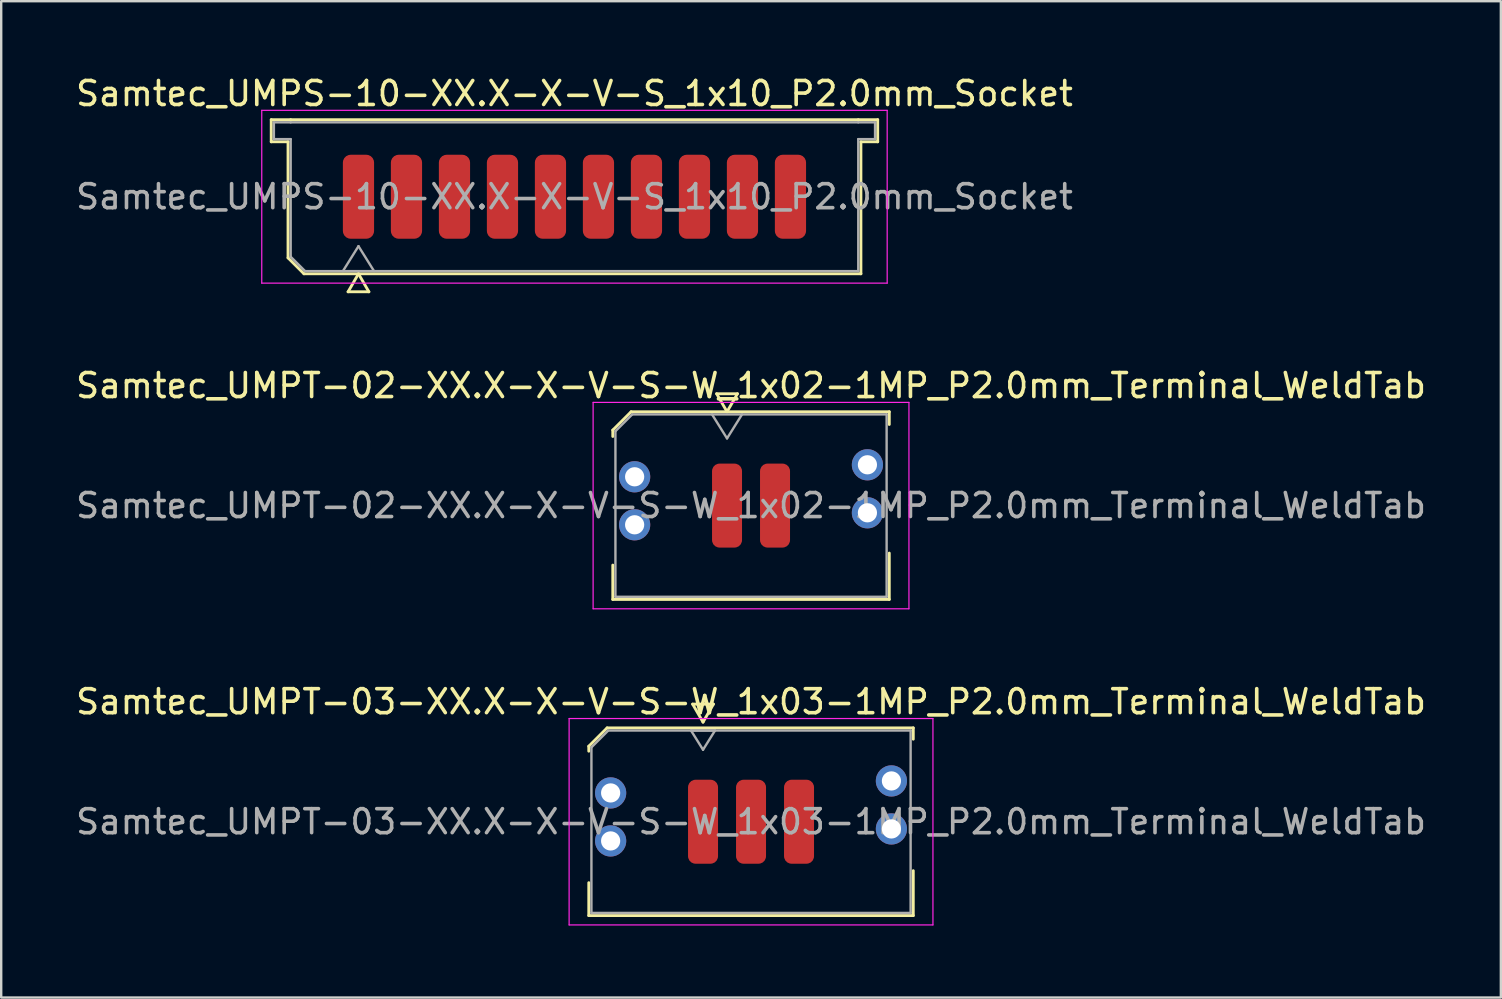
<source format=kicad_pcb>
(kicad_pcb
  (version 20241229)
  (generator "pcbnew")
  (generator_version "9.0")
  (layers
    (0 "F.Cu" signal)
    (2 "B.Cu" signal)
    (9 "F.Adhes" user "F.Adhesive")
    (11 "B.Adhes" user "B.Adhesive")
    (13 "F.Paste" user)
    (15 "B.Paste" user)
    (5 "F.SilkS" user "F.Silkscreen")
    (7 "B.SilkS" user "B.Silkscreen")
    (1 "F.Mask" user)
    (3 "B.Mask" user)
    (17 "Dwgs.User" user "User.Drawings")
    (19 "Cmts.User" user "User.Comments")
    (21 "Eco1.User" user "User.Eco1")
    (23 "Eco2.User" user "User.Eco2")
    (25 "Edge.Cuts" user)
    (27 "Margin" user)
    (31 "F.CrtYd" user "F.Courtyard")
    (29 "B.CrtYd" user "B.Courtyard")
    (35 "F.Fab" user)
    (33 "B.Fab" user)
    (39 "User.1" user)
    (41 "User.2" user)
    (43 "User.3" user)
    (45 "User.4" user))
  (footprint "Samtec_UMPS-10-XX.X-X-V-S_1x10_P2.0mm_Socket"
    (layer "F.Cu")
    (at 20.887 5.148)
    (property "Reference" "Samtec_UMPS-10-XX.X-X-V-S_1x10_P2.0mm_Socket" (at 0 -4.3 0) (layer "F.SilkS") (effects (font (size 1 1) (thickness 0.15))))
    (attr smd)
    (fp_line (start -12.635 -3.21) (end -11.825 -3.21) (stroke (width 0.12) (type solid)) (layer "F.SilkS"))
    (fp_line (start -12.635 -2.29) (end -12.635 -3.21) (stroke (width 0.12) (type solid)) (layer "F.SilkS"))
    (fp_line (start -11.935 -2.29) (end -12.635 -2.29) (stroke (width 0.12) (type solid)) (layer "F.SilkS"))
    (fp_line (start -11.935 2.546) (end -11.935 -2.29) (stroke (width 0.12) (type solid)) (layer "F.SilkS"))
    (fp_line (start -11.825 -3.21) (end 11.825 -3.21) (stroke (width 0.12) (type solid)) (layer "F.SilkS"))
    (fp_line (start -11.271 3.21) (end -11.935 2.546) (stroke (width 0.12) (type solid)) (layer "F.SilkS"))
    (fp_line (start -9.433 3.96) (end -9 3.21) (stroke (width 0.12) (type solid)) (layer "F.SilkS"))
    (fp_line (start -9 3.21) (end -8.567 3.96) (stroke (width 0.12) (type solid)) (layer "F.SilkS"))
    (fp_line (start -8.567 3.96) (end -9.433 3.96) (stroke (width 0.12) (type solid)) (layer "F.SilkS"))
    (fp_line (start 11.825 -3.21) (end 12.635 -3.21) (stroke (width 0.12) (type solid)) (layer "F.SilkS"))
    (fp_line (start 11.935 -2.29) (end 11.935 3.21) (stroke (width 0.12) (type solid)) (layer "F.SilkS"))
    (fp_line (start 11.935 3.21) (end -11.271 3.21) (stroke (width 0.12) (type solid)) (layer "F.SilkS"))
    (fp_line (start 12.635 -3.21) (end 12.635 -2.29) (stroke (width 0.12) (type solid)) (layer "F.SilkS"))
    (fp_line (start 12.635 -2.29) (end 11.935 -2.29) (stroke (width 0.12) (type solid)) (layer "F.SilkS"))
    (fp_line (start -13.03 -3.6) (end -13.03 3.6) (stroke (width 0.05) (type solid)) (layer "F.CrtYd"))
    (fp_line (start -13.03 3.6) (end 13.03 3.6) (stroke (width 0.05) (type solid)) (layer "F.CrtYd"))
    (fp_line (start 13.03 -3.6) (end -13.03 -3.6) (stroke (width 0.05) (type solid)) (layer "F.CrtYd"))
    (fp_line (start 13.03 3.6) (end 13.03 -3.6) (stroke (width 0.05) (type solid)) (layer "F.CrtYd"))
    (fp_line (start -12.525 -3.1) (end -11.825 -3.1) (stroke (width 0.1) (type solid)) (layer "F.Fab"))
    (fp_line (start -12.525 -2.4) (end -12.525 -3.1) (stroke (width 0.1) (type solid)) (layer "F.Fab"))
    (fp_line (start -11.825 -3.1) (end 11.825 -3.1) (stroke (width 0.1) (type solid)) (layer "F.Fab"))
    (fp_line (start -11.825 -2.4) (end -12.525 -2.4) (stroke (width 0.1) (type solid)) (layer "F.Fab"))
    (fp_line (start -11.825 2.5) (end -11.825 -2.4) (stroke (width 0.1) (type solid)) (layer "F.Fab"))
    (fp_line (start -11.225 3.1) (end -11.825 2.5) (stroke (width 0.1) (type solid)) (layer "F.Fab"))
    (fp_line (start -9 2.06) (end -9.65 3.1) (stroke (width 0.1) (type solid)) (layer "F.Fab"))
    (fp_line (start -9 2.06) (end -8.35 3.1) (stroke (width 0.1) (type solid)) (layer "F.Fab"))
    (fp_line (start 11.825 -3.1) (end 12.525 -3.1) (stroke (width 0.1) (type solid)) (layer "F.Fab"))
    (fp_line (start 11.825 -2.4) (end 11.825 3.1) (stroke (width 0.1) (type solid)) (layer "F.Fab"))
    (fp_line (start 11.825 3.1) (end -11.225 3.1) (stroke (width 0.1) (type solid)) (layer "F.Fab"))
    (fp_line (start 12.525 -3.1) (end 12.525 -2.4) (stroke (width 0.1) (type solid)) (layer "F.Fab"))
    (fp_line (start 12.525 -2.4) (end 11.825 -2.4) (stroke (width 0.1) (type solid)) (layer "F.Fab"))
    (fp_text user "${REFERENCE}" (at 0 0 0) (layer "F.Fab") (effects (font (size 1 1) (thickness 0.15))))
    (pad "1" smd roundrect (at -9 0) (size 1.3 3.5) (layers "F.Cu" "F.Mask" "F.Paste") (roundrect_rratio 0.25))
    (pad "2" smd roundrect (at -7 0) (size 1.3 3.5) (layers "F.Cu" "F.Mask" "F.Paste") (roundrect_rratio 0.25))
    (pad "3" smd roundrect (at -5 0) (size 1.3 3.5) (layers "F.Cu" "F.Mask" "F.Paste") (roundrect_rratio 0.25))
    (pad "4" smd roundrect (at -3 0) (size 1.3 3.5) (layers "F.Cu" "F.Mask" "F.Paste") (roundrect_rratio 0.25))
    (pad "5" smd roundrect (at -1 0) (size 1.3 3.5) (layers "F.Cu" "F.Mask" "F.Paste") (roundrect_rratio 0.25))
    (pad "6" smd roundrect (at 1 0) (size 1.3 3.5) (layers "F.Cu" "F.Mask" "F.Paste") (roundrect_rratio 0.25))
    (pad "7" smd roundrect (at 3 0) (size 1.3 3.5) (layers "F.Cu" "F.Mask" "F.Paste") (roundrect_rratio 0.25))
    (pad "8" smd roundrect (at 5 0) (size 1.3 3.5) (layers "F.Cu" "F.Mask" "F.Paste") (roundrect_rratio 0.25))
    (pad "9" smd roundrect (at 7 0) (size 1.3 3.5) (layers "F.Cu" "F.Mask" "F.Paste") (roundrect_rratio 0.25))
    (pad "10" smd roundrect (at 9 0) (size 1.3 3.5) (layers "F.Cu" "F.Mask" "F.Paste") (roundrect_rratio 0.25)))
  (footprint "Samtec_UMPT-02-XX.X-X-V-S-W_1x02-1MP_P2.0mm_Terminal_WeldTab"
    (layer "F.Cu")
    (at 28.244 18.017)
    (property "Reference" "Samtec_UMPT-02-XX.X-X-V-S-W_1x02-1MP_P2.0mm_Terminal_WeldTab" (at 0 -5 0) (layer "F.SilkS") (effects (font (size 1 1) (thickness 0.15))))
    (attr smd)
    (fp_line (start -5.76 -3.146) (end -4.996 -3.91) (stroke (width 0.12) (type solid)) (layer "F.SilkS"))
    (fp_line (start -5.76 -2.88) (end -5.76 -3.146) (stroke (width 0.12) (type solid)) (layer "F.SilkS"))
    (fp_line (start -5.76 3.91) (end -5.76 2.48) (stroke (width 0.12) (type solid)) (layer "F.SilkS"))
    (fp_line (start -4.996 -3.91) (end 5.76 -3.91) (stroke (width 0.12) (type solid)) (layer "F.SilkS"))
    (fp_line (start -1.433 -4.66) (end -1 -3.91) (stroke (width 0.12) (type solid)) (layer "F.SilkS"))
    (fp_line (start -1 -3.91) (end -0.567 -4.66) (stroke (width 0.12) (type solid)) (layer "F.SilkS"))
    (fp_line (start -0.567 -4.66) (end -1.433 -4.66) (stroke (width 0.12) (type solid)) (layer "F.SilkS"))
    (fp_line (start 5.76 -3.91) (end 5.76 -3.38) (stroke (width 0.12) (type solid)) (layer "F.SilkS"))
    (fp_line (start 5.76 1.98) (end 5.76 3.91) (stroke (width 0.12) (type solid)) (layer "F.SilkS"))
    (fp_line (start 5.76 3.91) (end -5.76 3.91) (stroke (width 0.12) (type solid)) (layer "F.SilkS"))
    (fp_line (start -6.58 -4.3) (end -6.58 4.3) (stroke (width 0.05) (type solid)) (layer "F.CrtYd"))
    (fp_line (start -6.58 4.3) (end 6.58 4.3) (stroke (width 0.05) (type solid)) (layer "F.CrtYd"))
    (fp_line (start 6.58 -4.3) (end -6.58 -4.3) (stroke (width 0.05) (type solid)) (layer "F.CrtYd"))
    (fp_line (start 6.58 4.3) (end 6.58 -4.3) (stroke (width 0.05) (type solid)) (layer "F.CrtYd"))
    (fp_line (start -5.65 -3.1) (end -4.95 -3.8) (stroke (width 0.1) (type solid)) (layer "F.Fab"))
    (fp_line (start -5.65 3.8) (end -5.65 -3.1) (stroke (width 0.1) (type solid)) (layer "F.Fab"))
    (fp_line (start -4.95 -3.8) (end 5.65 -3.8) (stroke (width 0.1) (type solid)) (layer "F.Fab"))
    (fp_line (start -1 -2.8) (end -1.625 -3.8) (stroke (width 0.1) (type solid)) (layer "F.Fab"))
    (fp_line (start -1 -2.8) (end -0.375 -3.8) (stroke (width 0.1) (type solid)) (layer "F.Fab"))
    (fp_line (start 5.65 -3.8) (end 5.65 3.8) (stroke (width 0.1) (type solid)) (layer "F.Fab"))
    (fp_line (start 5.65 3.8) (end -5.65 3.8) (stroke (width 0.1) (type solid)) (layer "F.Fab"))
    (fp_text user "${REFERENCE}" (at 0 0 0) (layer "F.Fab") (effects (font (size 1 1) (thickness 0.15))))
    (pad "" smd rect (at -4.85 -1.54) (size 2.45 2.28) (layers "F.Paste"))
    (pad "" smd rect (at -4.85 1.14) (size 2.45 2.28) (layers "F.Paste"))
    (pad "" smd rect (at 4.85 -2.04) (size 2.45 2.28) (layers "F.Paste"))
    (pad "" smd rect (at 4.85 0.64) (size 2.45 2.28) (layers "F.Paste"))
    (pad "1" smd roundrect (at -1 0) (size 1.25 3.5) (layers "F.Cu" "F.Mask" "F.Paste") (roundrect_rratio 0.25))
    (pad "2" smd roundrect (at 1 0) (size 1.25 3.5) (layers "F.Cu" "F.Mask" "F.Paste") (roundrect_rratio 0.25))
    (pad "MP" thru_hole circle (at -4.85 -1.2) (size 1.3 1.3) (drill 0.8) (layers "*.Cu" "*.Mask"))
    (pad "MP" thru_hole circle (at -4.85 0.8) (size 1.3 1.3) (drill 0.8) (layers "*.Cu" "*.Mask"))
    (pad "MP" thru_hole circle (at 4.85 -1.7) (size 1.3 1.3) (drill 0.8) (layers "*.Cu" "*.Mask"))
    (pad "MP" thru_hole circle (at 4.85 0.3) (size 1.3 1.3) (drill 0.8) (layers "*.Cu" "*.Mask")))
  (footprint "Samtec_UMPT-03-XX.X-X-V-S-W_1x03-1MP_P2.0mm_Terminal_WeldTab"
    (layer "F.Cu")
    (at 28.244 31.19)
    (property "Reference" "Samtec_UMPT-03-XX.X-X-V-S-W_1x03-1MP_P2.0mm_Terminal_WeldTab" (at 0 -5 0) (layer "F.SilkS") (effects (font (size 1 1) (thickness 0.15))))
    (attr smd)
    (fp_line (start -6.76 -3.146) (end -5.996 -3.91) (stroke (width 0.12) (type solid)) (layer "F.SilkS"))
    (fp_line (start -6.76 -2.94) (end -6.76 -3.146) (stroke (width 0.12) (type solid)) (layer "F.SilkS"))
    (fp_line (start -6.76 3.91) (end -6.76 2.54) (stroke (width 0.12) (type solid)) (layer "F.SilkS"))
    (fp_line (start -5.996 -3.91) (end 6.76 -3.91) (stroke (width 0.12) (type solid)) (layer "F.SilkS"))
    (fp_line (start -2.433 -4.9) (end -2 -4.15) (stroke (width 0.12) (type solid)) (layer "F.SilkS"))
    (fp_line (start -2 -4.15) (end -1.567 -4.9) (stroke (width 0.12) (type solid)) (layer "F.SilkS"))
    (fp_line (start -1.567 -4.9) (end -2.433 -4.9) (stroke (width 0.12) (type solid)) (layer "F.SilkS"))
    (fp_line (start 6.76 -3.91) (end 6.76 -3.44) (stroke (width 0.12) (type solid)) (layer "F.SilkS"))
    (fp_line (start 6.76 2.04) (end 6.76 3.91) (stroke (width 0.12) (type solid)) (layer "F.SilkS"))
    (fp_line (start 6.76 3.91) (end -6.76 3.91) (stroke (width 0.12) (type solid)) (layer "F.SilkS"))
    (fp_line (start -7.58 -4.3) (end -7.58 4.3) (stroke (width 0.05) (type solid)) (layer "F.CrtYd"))
    (fp_line (start -7.58 4.3) (end 7.58 4.3) (stroke (width 0.05) (type solid)) (layer "F.CrtYd"))
    (fp_line (start 7.58 -4.3) (end -7.58 -4.3) (stroke (width 0.05) (type solid)) (layer "F.CrtYd"))
    (fp_line (start 7.58 4.3) (end 7.58 -4.3) (stroke (width 0.05) (type solid)) (layer "F.CrtYd"))
    (fp_line (start -6.65 -3.1) (end -5.95 -3.8) (stroke (width 0.1) (type solid)) (layer "F.Fab"))
    (fp_line (start -6.65 3.8) (end -6.65 -3.1) (stroke (width 0.1) (type solid)) (layer "F.Fab"))
    (fp_line (start -5.95 -3.8) (end 6.65 -3.8) (stroke (width 0.1) (type solid)) (layer "F.Fab"))
    (fp_line (start -2.5 -3.8) (end -2 -3) (stroke (width 0.1) (type solid)) (layer "F.Fab"))
    (fp_line (start -2 -3) (end -1.5 -3.8) (stroke (width 0.1) (type solid)) (layer "F.Fab"))
    (fp_line (start -1.5 -3.8) (end -2.5 -3.8) (stroke (width 0.1) (type solid)) (layer "F.Fab"))
    (fp_line (start 6.65 -3.8) (end 6.65 3.8) (stroke (width 0.1) (type solid)) (layer "F.Fab"))
    (fp_line (start 6.65 3.8) (end -6.65 3.8) (stroke (width 0.1) (type solid)) (layer "F.Fab"))
    (fp_text user "${REFERENCE}" (at 0 0 0) (layer "F.Fab") (effects (font (size 1 1) (thickness 0.15))))
    (pad "" smd rect (at -5.85 -1.54) (size 2.45 2.28) (layers "F.Paste"))
    (pad "" smd rect (at -5.85 1.14) (size 2.45 2.28) (layers "F.Paste"))
    (pad "" smd rect (at 5.85 -2.04) (size 2.45 2.28) (layers "F.Paste"))
    (pad "" smd rect (at 5.85 0.64) (size 2.45 2.28) (layers "F.Paste"))
    (pad "1" smd roundrect (at -2 0) (size 1.25 3.5) (layers "F.Cu" "F.Mask" "F.Paste") (roundrect_rratio 0.25))
    (pad "2" smd roundrect (at 0 0) (size 1.25 3.5) (layers "F.Cu" "F.Mask" "F.Paste") (roundrect_rratio 0.25))
    (pad "3" smd roundrect (at 2 0) (size 1.25 3.5) (layers "F.Cu" "F.Mask" "F.Paste") (roundrect_rratio 0.25))
    (pad "MP" thru_hole circle (at -5.85 -1.2) (size 1.3 1.3) (drill 0.8) (layers "*.Cu" "*.Mask"))
    (pad "MP" thru_hole circle (at -5.85 0.8) (size 1.3 1.3) (drill 0.8) (layers "*.Cu" "*.Mask"))
    (pad "MP" thru_hole circle (at 5.85 -1.7) (size 1.3 1.3) (drill 0.8) (layers "*.Cu" "*.Mask"))
    (pad "MP" thru_hole circle (at 5.85 0.3) (size 1.3 1.3) (drill 0.8) (layers "*.Cu" "*.Mask")))
  (gr_rect
    (start -3 -3)
    (end 59.488 38.515)
    (stroke (width 0.1) (type default))
    (fill no)
    (layer "Edge.Cuts")))
</source>
